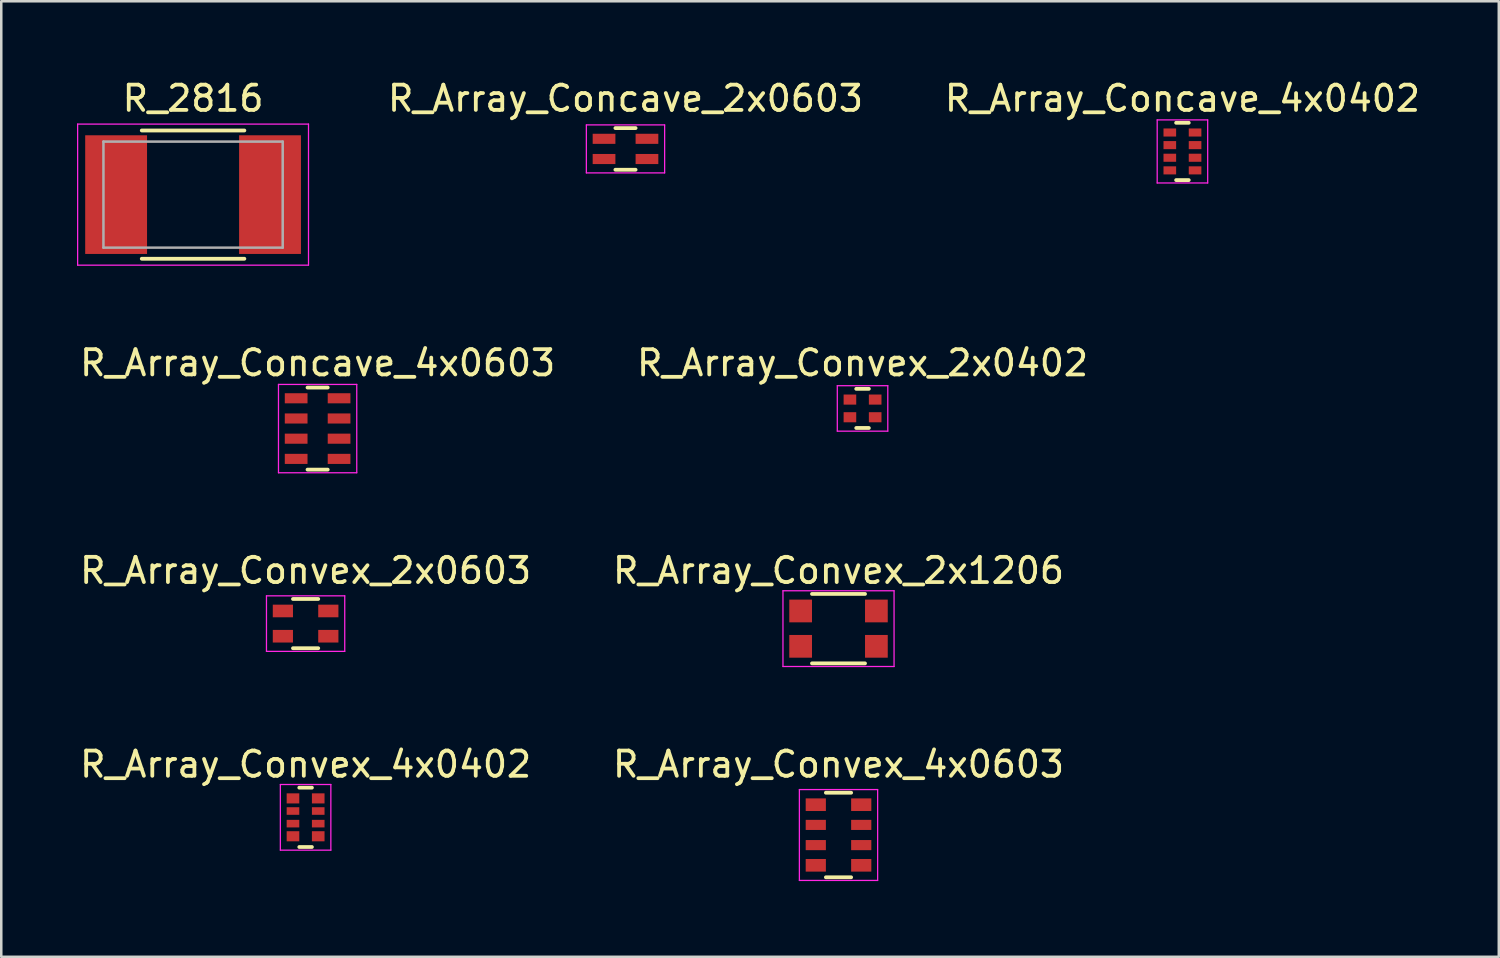
<source format=kicad_pcb>
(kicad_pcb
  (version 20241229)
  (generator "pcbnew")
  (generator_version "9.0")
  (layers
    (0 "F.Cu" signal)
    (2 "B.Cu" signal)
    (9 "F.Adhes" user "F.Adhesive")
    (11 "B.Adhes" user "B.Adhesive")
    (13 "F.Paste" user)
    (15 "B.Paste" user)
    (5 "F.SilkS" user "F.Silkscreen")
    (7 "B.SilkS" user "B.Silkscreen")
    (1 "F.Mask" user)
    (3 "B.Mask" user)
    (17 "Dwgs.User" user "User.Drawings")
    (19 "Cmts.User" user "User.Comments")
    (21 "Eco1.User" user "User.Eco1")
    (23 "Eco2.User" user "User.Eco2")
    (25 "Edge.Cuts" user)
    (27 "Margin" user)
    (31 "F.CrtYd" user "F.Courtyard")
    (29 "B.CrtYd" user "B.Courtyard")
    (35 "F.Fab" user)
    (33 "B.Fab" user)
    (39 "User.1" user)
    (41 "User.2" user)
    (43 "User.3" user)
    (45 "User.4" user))
  (footprint "R_2816"
    (layer "F.Cu")
    (at 4.597 4.658)
    (property "Reference" "R_2816" (at 0 -3.81 0) (layer "F.SilkS") (effects (font (size 1 1) (thickness 0.15))))
    (attr smd)
    (fp_line (start -2.032 -2.54) (end 2.032 -2.54) (stroke (width 0.15) (type solid)) (layer "F.SilkS"))
    (fp_line (start -2.032 2.54) (end 2.032 2.54) (stroke (width 0.15) (type solid)) (layer "F.SilkS"))
    (fp_line (start -4.572 -2.794) (end 4.572 -2.794) (stroke (width 0.05) (type solid)) (layer "F.CrtYd"))
    (fp_line (start -4.572 2.794) (end -4.572 -2.794) (stroke (width 0.05) (type solid)) (layer "F.CrtYd"))
    (fp_line (start 4.572 -2.794) (end 4.572 2.794) (stroke (width 0.05) (type solid)) (layer "F.CrtYd"))
    (fp_line (start 4.572 2.794) (end -4.572 2.794) (stroke (width 0.05) (type solid)) (layer "F.CrtYd"))
    (fp_line (start -3.55 -2.1) (end -3.55 2.1) (stroke (width 0.1) (type solid)) (layer "F.Fab"))
    (fp_line (start -3.55 2.1) (end 3.55 2.1) (stroke (width 0.1) (type solid)) (layer "F.Fab"))
    (fp_line (start 3.55 -2.1) (end -3.55 -2.1) (stroke (width 0.1) (type solid)) (layer "F.Fab"))
    (fp_line (start 3.55 2.1) (end 3.55 -2.1) (stroke (width 0.1) (type solid)) (layer "F.Fab"))
    (pad "1" smd rect (at -3.048 0) (size 2.45 4.7) (layers "F.Cu" "F.Mask" "F.Paste"))
    (pad "2" smd rect (at 3.048 0) (size 2.45 4.7) (layers "F.Cu" "F.Mask" "F.Paste")))
  (footprint "R_Array_Convex_2x0402"
    (layer "F.Cu")
    (at 31.113 13.126)
    (property "Reference" "R_Array_Convex_2x0402" (at 0 -1.8 0) (layer "F.SilkS") (effects (font (size 1 1) (thickness 0.15))))
    (attr smd)
    (fp_line (start 0.25 -0.775) (end -0.25 -0.775) (stroke (width 0.15) (type solid)) (layer "F.SilkS"))
    (fp_line (start 0.25 0.775) (end -0.25 0.775) (stroke (width 0.15) (type solid)) (layer "F.SilkS"))
    (fp_line (start -1 -0.9) (end -1 0.9) (stroke (width 0.05) (type solid)) (layer "F.CrtYd"))
    (fp_line (start -1 -0.9) (end 1 -0.9) (stroke (width 0.05) (type solid)) (layer "F.CrtYd"))
    (fp_line (start -1 0.9) (end 1 0.9) (stroke (width 0.05) (type solid)) (layer "F.CrtYd"))
    (fp_line (start 1 -0.9) (end 1 0.9) (stroke (width 0.05) (type solid)) (layer "F.CrtYd"))
    (pad "1" smd rect (at -0.5 -0.35) (size 0.5 0.4) (layers "F.Cu" "F.Mask" "F.Paste"))
    (pad "2" smd rect (at -0.5 0.35) (size 0.5 0.4) (layers "F.Cu" "F.Mask" "F.Paste"))
    (pad "3" smd rect (at 0.5 0.35) (size 0.5 0.4) (layers "F.Cu" "F.Mask" "F.Paste"))
    (pad "4" smd rect (at 0.5 -0.35) (size 0.5 0.4) (layers "F.Cu" "F.Mask" "F.Paste")))
  (footprint "R_Array_Concave_4x0603"
    (layer "F.Cu")
    (at 9.53 13.925)
    (property "Reference" "R_Array_Concave_4x0603" (at 0 -2.6 0) (layer "F.SilkS") (effects (font (size 1 1) (thickness 0.15))))
    (attr smd)
    (fp_line (start 0.4 -1.625) (end -0.4 -1.625) (stroke (width 0.15) (type solid)) (layer "F.SilkS"))
    (fp_line (start 0.4 1.625) (end -0.4 1.625) (stroke (width 0.15) (type solid)) (layer "F.SilkS"))
    (fp_line (start -1.55 -1.75) (end -1.55 1.75) (stroke (width 0.05) (type solid)) (layer "F.CrtYd"))
    (fp_line (start -1.55 -1.75) (end 1.55 -1.75) (stroke (width 0.05) (type solid)) (layer "F.CrtYd"))
    (fp_line (start -1.55 1.75) (end 1.55 1.75) (stroke (width 0.05) (type solid)) (layer "F.CrtYd"))
    (fp_line (start 1.55 -1.75) (end 1.55 1.75) (stroke (width 0.05) (type solid)) (layer "F.CrtYd"))
    (pad "1" smd rect (at -0.85 -1.2) (size 0.9 0.4) (layers "F.Cu" "F.Mask" "F.Paste"))
    (pad "2" smd rect (at -0.85 -0.4) (size 0.9 0.4) (layers "F.Cu" "F.Mask" "F.Paste"))
    (pad "3" smd rect (at -0.85 0.4) (size 0.9 0.4) (layers "F.Cu" "F.Mask" "F.Paste"))
    (pad "4" smd rect (at -0.85 1.2) (size 0.9 0.4) (layers "F.Cu" "F.Mask" "F.Paste"))
    (pad "5" smd rect (at 0.85 1.2) (size 0.9 0.4) (layers "F.Cu" "F.Mask" "F.Paste"))
    (pad "6" smd rect (at 0.85 0.4) (size 0.9 0.4) (layers "F.Cu" "F.Mask" "F.Paste"))
    (pad "7" smd rect (at 0.85 -0.4) (size 0.9 0.4) (layers "F.Cu" "F.Mask" "F.Paste"))
    (pad "8" smd rect (at 0.85 -1.2) (size 0.9 0.4) (layers "F.Cu" "F.Mask" "F.Paste")))
  (footprint "R_Array_Concave_2x0603"
    (layer "F.Cu")
    (at 21.724 2.848)
    (property "Reference" "R_Array_Concave_2x0603" (at 0 -2 0) (layer "F.SilkS") (effects (font (size 1 1) (thickness 0.15))))
    (attr smd)
    (fp_line (start 0.4 -0.825) (end -0.4 -0.825) (stroke (width 0.15) (type solid)) (layer "F.SilkS"))
    (fp_line (start 0.4 0.825) (end -0.4 0.825) (stroke (width 0.15) (type solid)) (layer "F.SilkS"))
    (fp_line (start -1.55 -0.95) (end -1.55 0.95) (stroke (width 0.05) (type solid)) (layer "F.CrtYd"))
    (fp_line (start -1.55 -0.95) (end 1.55 -0.95) (stroke (width 0.05) (type solid)) (layer "F.CrtYd"))
    (fp_line (start -1.55 0.95) (end 1.55 0.95) (stroke (width 0.05) (type solid)) (layer "F.CrtYd"))
    (fp_line (start 1.55 -0.95) (end 1.55 0.95) (stroke (width 0.05) (type solid)) (layer "F.CrtYd"))
    (pad "1" smd rect (at -0.85 -0.4) (size 0.9 0.4) (layers "F.Cu" "F.Mask" "F.Paste"))
    (pad "2" smd rect (at -0.85 0.4) (size 0.9 0.4) (layers "F.Cu" "F.Mask" "F.Paste"))
    (pad "3" smd rect (at 0.85 0.4) (size 0.9 0.4) (layers "F.Cu" "F.Mask" "F.Paste"))
    (pad "4" smd rect (at 0.85 -0.4) (size 0.9 0.4) (layers "F.Cu" "F.Mask" "F.Paste")))
  (footprint "R_Array_Convex_2x0603"
    (layer "F.Cu")
    (at 9.054 21.649)
    (property "Reference" "R_Array_Convex_2x0603" (at 0 -2.1 0) (layer "F.SilkS") (effects (font (size 1 1) (thickness 0.15))))
    (attr smd)
    (fp_line (start 0.5 -0.975) (end -0.5 -0.975) (stroke (width 0.15) (type solid)) (layer "F.SilkS"))
    (fp_line (start 0.5 0.975) (end -0.5 0.975) (stroke (width 0.15) (type solid)) (layer "F.SilkS"))
    (fp_line (start -1.55 -1.1) (end -1.55 1.1) (stroke (width 0.05) (type solid)) (layer "F.CrtYd"))
    (fp_line (start -1.55 -1.1) (end 1.55 -1.1) (stroke (width 0.05) (type solid)) (layer "F.CrtYd"))
    (fp_line (start -1.55 1.1) (end 1.55 1.1) (stroke (width 0.05) (type solid)) (layer "F.CrtYd"))
    (fp_line (start 1.55 -1.1) (end 1.55 1.1) (stroke (width 0.05) (type solid)) (layer "F.CrtYd"))
    (pad "1" smd rect (at -0.9 -0.5) (size 0.8 0.5) (layers "F.Cu" "F.Mask" "F.Paste"))
    (pad "2" smd rect (at -0.9 0.5) (size 0.8 0.5) (layers "F.Cu" "F.Mask" "F.Paste"))
    (pad "3" smd rect (at 0.9 0.5) (size 0.8 0.5) (layers "F.Cu" "F.Mask" "F.Paste"))
    (pad "4" smd rect (at 0.9 -0.5) (size 0.8 0.5) (layers "F.Cu" "F.Mask" "F.Paste")))
  (footprint "R_Array_Convex_2x1206"
    (layer "F.Cu")
    (at 30.161 21.849)
    (property "Reference" "R_Array_Convex_2x1206" (at 0 -2.3 0) (layer "F.SilkS") (effects (font (size 1 1) (thickness 0.15))))
    (attr smd)
    (fp_line (start 1.05 -1.375) (end -1.05 -1.375) (stroke (width 0.15) (type solid)) (layer "F.SilkS"))
    (fp_line (start 1.05 1.375) (end -1.05 1.375) (stroke (width 0.15) (type solid)) (layer "F.SilkS"))
    (fp_line (start -2.2 -1.5) (end -2.2 1.5) (stroke (width 0.05) (type solid)) (layer "F.CrtYd"))
    (fp_line (start -2.2 -1.5) (end 2.2 -1.5) (stroke (width 0.05) (type solid)) (layer "F.CrtYd"))
    (fp_line (start -2.2 1.5) (end 2.2 1.5) (stroke (width 0.05) (type solid)) (layer "F.CrtYd"))
    (fp_line (start 2.2 -1.5) (end 2.2 1.5) (stroke (width 0.05) (type solid)) (layer "F.CrtYd"))
    (pad "1" smd rect (at -1.5 -0.7) (size 0.9 0.9) (layers "F.Cu" "F.Mask" "F.Paste"))
    (pad "2" smd rect (at -1.5 0.7) (size 0.9 0.9) (layers "F.Cu" "F.Mask" "F.Paste"))
    (pad "3" smd rect (at 1.5 0.7) (size 0.9 0.9) (layers "F.Cu" "F.Mask" "F.Paste"))
    (pad "4" smd rect (at 1.5 -0.7) (size 0.9 0.9) (layers "F.Cu" "F.Mask" "F.Paste")))
  (footprint "R_Array_Convex_4x0603"
    (layer "F.Cu")
    (at 30.161 30.022)
    (property "Reference" "R_Array_Convex_4x0603" (at 0 -2.8 0) (layer "F.SilkS") (effects (font (size 1 1) (thickness 0.15))))
    (attr smd)
    (fp_line (start 0.5 -1.675) (end -0.5 -1.675) (stroke (width 0.15) (type solid)) (layer "F.SilkS"))
    (fp_line (start 0.5 1.675) (end -0.5 1.675) (stroke (width 0.15) (type solid)) (layer "F.SilkS"))
    (fp_line (start -1.55 -1.8) (end -1.55 1.8) (stroke (width 0.05) (type solid)) (layer "F.CrtYd"))
    (fp_line (start -1.55 -1.8) (end 1.55 -1.8) (stroke (width 0.05) (type solid)) (layer "F.CrtYd"))
    (fp_line (start -1.55 1.8) (end 1.55 1.8) (stroke (width 0.05) (type solid)) (layer "F.CrtYd"))
    (fp_line (start 1.55 -1.8) (end 1.55 1.8) (stroke (width 0.05) (type solid)) (layer "F.CrtYd"))
    (pad "1" smd rect (at -0.9 -1.2) (size 0.8 0.5) (layers "F.Cu" "F.Mask" "F.Paste"))
    (pad "2" smd rect (at -0.9 -0.4) (size 0.8 0.4) (layers "F.Cu" "F.Mask" "F.Paste"))
    (pad "3" smd rect (at -0.9 0.4) (size 0.8 0.4) (layers "F.Cu" "F.Mask" "F.Paste"))
    (pad "4" smd rect (at -0.9 1.2) (size 0.8 0.5) (layers "F.Cu" "F.Mask" "F.Paste"))
    (pad "5" smd rect (at 0.9 1.2) (size 0.8 0.5) (layers "F.Cu" "F.Mask" "F.Paste"))
    (pad "6" smd rect (at 0.9 0.4) (size 0.8 0.4) (layers "F.Cu" "F.Mask" "F.Paste"))
    (pad "7" smd rect (at 0.9 -0.4) (size 0.8 0.4) (layers "F.Cu" "F.Mask" "F.Paste"))
    (pad "8" smd rect (at 0.9 -1.2) (size 0.8 0.5) (layers "F.Cu" "F.Mask" "F.Paste")))
  (footprint "R_Array_Convex_4x0402"
    (layer "F.Cu")
    (at 9.054 29.322)
    (property "Reference" "R_Array_Convex_4x0402" (at 0 -2.1 0) (layer "F.SilkS") (effects (font (size 1 1) (thickness 0.15))))
    (attr smd)
    (fp_line (start 0.25 -1.175) (end -0.25 -1.175) (stroke (width 0.15) (type solid)) (layer "F.SilkS"))
    (fp_line (start 0.25 1.175) (end -0.25 1.175) (stroke (width 0.15) (type solid)) (layer "F.SilkS"))
    (fp_line (start -1 -1.3) (end -1 1.3) (stroke (width 0.05) (type solid)) (layer "F.CrtYd"))
    (fp_line (start -1 -1.3) (end 1 -1.3) (stroke (width 0.05) (type solid)) (layer "F.CrtYd"))
    (fp_line (start -1 1.3) (end 1 1.3) (stroke (width 0.05) (type solid)) (layer "F.CrtYd"))
    (fp_line (start 1 -1.3) (end 1 1.3) (stroke (width 0.05) (type solid)) (layer "F.CrtYd"))
    (pad "1" smd rect (at -0.5 -0.75) (size 0.5 0.4) (layers "F.Cu" "F.Mask" "F.Paste"))
    (pad "2" smd rect (at -0.5 -0.25) (size 0.5 0.3) (layers "F.Cu" "F.Mask" "F.Paste"))
    (pad "3" smd rect (at -0.5 0.25) (size 0.5 0.3) (layers "F.Cu" "F.Mask" "F.Paste"))
    (pad "4" smd rect (at -0.5 0.75) (size 0.5 0.4) (layers "F.Cu" "F.Mask" "F.Paste"))
    (pad "5" smd rect (at 0.5 0.75) (size 0.5 0.4) (layers "F.Cu" "F.Mask" "F.Paste"))
    (pad "6" smd rect (at 0.5 0.25) (size 0.5 0.3) (layers "F.Cu" "F.Mask" "F.Paste"))
    (pad "7" smd rect (at 0.5 -0.25) (size 0.5 0.3) (layers "F.Cu" "F.Mask" "F.Paste"))
    (pad "8" smd rect (at 0.5 -0.75) (size 0.5 0.4) (layers "F.Cu" "F.Mask" "F.Paste")))
  (footprint "R_Array_Concave_4x0402"
    (layer "F.Cu")
    (at 43.783 2.948)
    (property "Reference" "R_Array_Concave_4x0402" (at 0 -2.1 0) (layer "F.SilkS") (effects (font (size 1 1) (thickness 0.15))))
    (attr smd)
    (fp_line (start 0.25 -1.135) (end -0.25 -1.135) (stroke (width 0.15) (type solid)) (layer "F.SilkS"))
    (fp_line (start 0.25 1.135) (end -0.25 1.135) (stroke (width 0.15) (type solid)) (layer "F.SilkS"))
    (fp_line (start -1 -1.25) (end -1 1.25) (stroke (width 0.05) (type solid)) (layer "F.CrtYd"))
    (fp_line (start -1 -1.25) (end 1 -1.25) (stroke (width 0.05) (type solid)) (layer "F.CrtYd"))
    (fp_line (start -1 1.25) (end 1 1.25) (stroke (width 0.05) (type solid)) (layer "F.CrtYd"))
    (fp_line (start 1 -1.25) (end 1 1.25) (stroke (width 0.05) (type solid)) (layer "F.CrtYd"))
    (pad "1" smd rect (at -0.5 -0.75) (size 0.5 0.32) (layers "F.Cu" "F.Mask" "F.Paste"))
    (pad "2" smd rect (at -0.5 -0.25) (size 0.5 0.32) (layers "F.Cu" "F.Mask" "F.Paste"))
    (pad "3" smd rect (at -0.5 0.25) (size 0.5 0.32) (layers "F.Cu" "F.Mask" "F.Paste"))
    (pad "4" smd rect (at -0.5 0.75) (size 0.5 0.32) (layers "F.Cu" "F.Mask" "F.Paste"))
    (pad "5" smd rect (at 0.5 0.75) (size 0.5 0.32) (layers "F.Cu" "F.Mask" "F.Paste"))
    (pad "6" smd rect (at 0.5 0.25) (size 0.5 0.32) (layers "F.Cu" "F.Mask" "F.Paste"))
    (pad "7" smd rect (at 0.5 -0.25) (size 0.5 0.32) (layers "F.Cu" "F.Mask" "F.Paste"))
    (pad "8" smd rect (at 0.5 -0.75) (size 0.5 0.32) (layers "F.Cu" "F.Mask" "F.Paste")))
  (gr_rect
    (start -3 -3)
    (end 56.313 34.847)
    (stroke (width 0.1) (type default))
    (fill no)
    (layer "Edge.Cuts")))
</source>
